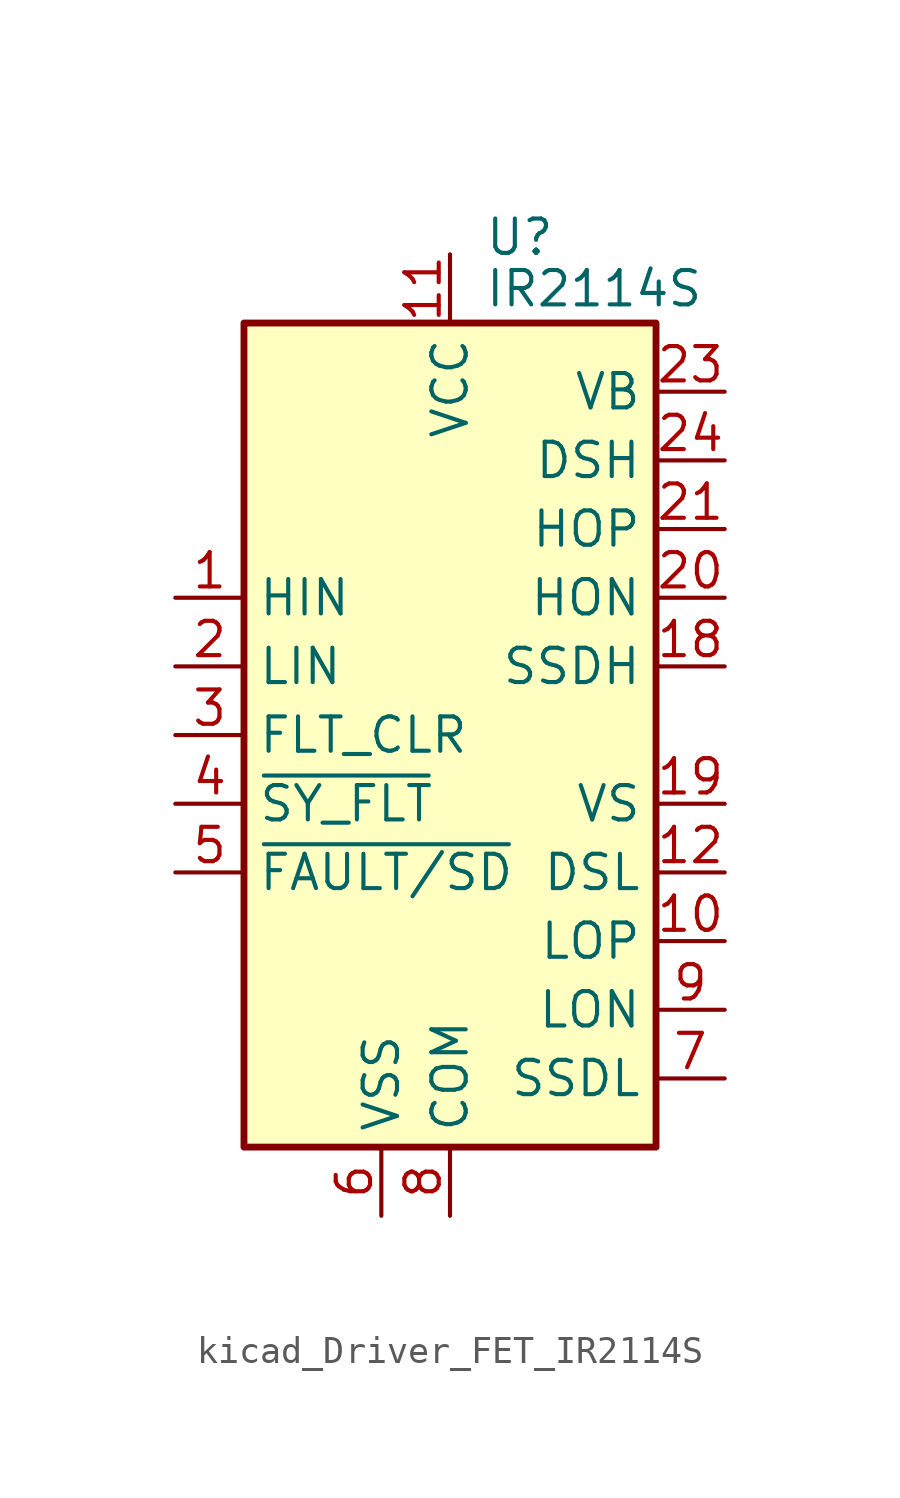
<source format=kicad_sym>
(kicad_symbol_lib
  (version 20220914)
  (generator kicad_symbol_editor)
  (symbol "kicad_Driver_FET_IR2114S"
    (property "Reference" "U"
      (at 1.27 18.415 0)
      (effects (font (size 1.27 1.27)) (justify left)))
    (property "Value" "IR2114S"
      (at 1.27 16.51 0)
      (effects (font (size 1.27 1.27)) (justify left)))
    (symbol "kicad_Driver_FET_IR2114S_0_1"
      (rectangle (start -7.62 -15.24) (end 7.62 15.24) (stroke (width 0.254) (type default)) (fill (type background))))
    (symbol "kicad_Driver_FET_IR2114S_1_1"
      (pin input line (at -10.16 5.08 0) (length 2.54) (name "HIN" (effects (font (size 1.27 1.27)))) (number "1" (effects (font (size 1.27 1.27)))))
      (pin output line (at 10.16 -7.62 180) (length 2.54) (name "LOP" (effects (font (size 1.27 1.27)))) (number "10" (effects (font (size 1.27 1.27)))))
      (pin power_in line (at 0 17.78 270) (length 2.54) (name "VCC" (effects (font (size 1.27 1.27)))) (number "11" (effects (font (size 1.27 1.27)))))
      (pin input line (at 10.16 -5.08 180) (length 2.54) (name "DSL" (effects (font (size 1.27 1.27)))) (number "12" (effects (font (size 1.27 1.27)))))
      (pin no_connect line (at -7.62 12.7 0) (length 2.54) hide (name "NC" (effects (font (size 1.27 1.27)))) (number "13" (effects (font (size 1.27 1.27)))))
      (pin no_connect line (at -7.62 10.16 0) (length 2.54) hide (name "NC" (effects (font (size 1.27 1.27)))) (number "14" (effects (font (size 1.27 1.27)))))
      (pin no_connect line (at -7.62 7.62 0) (length 2.54) hide (name "NC" (effects (font (size 1.27 1.27)))) (number "15" (effects (font (size 1.27 1.27)))))
      (pin no_connect line (at -7.62 -7.62 0) (length 2.54) hide (name "NC" (effects (font (size 1.27 1.27)))) (number "16" (effects (font (size 1.27 1.27)))))
      (pin no_connect line (at -7.62 -10.16 0) (length 2.54) hide (name "NC" (effects (font (size 1.27 1.27)))) (number "17" (effects (font (size 1.27 1.27)))))
      (pin input line (at 10.16 2.54 180) (length 2.54) (name "SSDH" (effects (font (size 1.27 1.27)))) (number "18" (effects (font (size 1.27 1.27)))))
      (pin passive line (at 10.16 -2.54 180) (length 2.54) (name "VS" (effects (font (size 1.27 1.27)))) (number "19" (effects (font (size 1.27 1.27)))))
      (pin input line (at -10.16 2.54 0) (length 2.54) (name "LIN" (effects (font (size 1.27 1.27)))) (number "2" (effects (font (size 1.27 1.27)))))
      (pin output line (at 10.16 5.08 180) (length 2.54) (name "HON" (effects (font (size 1.27 1.27)))) (number "20" (effects (font (size 1.27 1.27)))))
      (pin output line (at 10.16 7.62 180) (length 2.54) (name "HOP" (effects (font (size 1.27 1.27)))) (number "21" (effects (font (size 1.27 1.27)))))
      (pin no_connect line (at -7.62 -12.7 0) (length 2.54) hide (name "NC" (effects (font (size 1.27 1.27)))) (number "22" (effects (font (size 1.27 1.27)))))
      (pin passive line (at 10.16 12.7 180) (length 2.54) (name "VB" (effects (font (size 1.27 1.27)))) (number "23" (effects (font (size 1.27 1.27)))))
      (pin input line (at 10.16 10.16 180) (length 2.54) (name "DSH" (effects (font (size 1.27 1.27)))) (number "24" (effects (font (size 1.27 1.27)))))
      (pin input line (at -10.16 0 0) (length 2.54) (name "FLT_CLR" (effects (font (size 1.27 1.27)))) (number "3" (effects (font (size 1.27 1.27)))))
      (pin bidirectional line (at -10.16 -2.54 0) (length 2.54) (name "~{SY_FLT}" (effects (font (size 1.27 1.27)))) (number "4" (effects (font (size 1.27 1.27)))))
      (pin bidirectional line (at -10.16 -5.08 0) (length 2.54) (name "~{FAULT/SD}" (effects (font (size 1.27 1.27)))) (number "5" (effects (font (size 1.27 1.27)))))
      (pin power_in line (at -2.54 -17.78 90) (length 2.54) (name "VSS" (effects (font (size 1.27 1.27)))) (number "6" (effects (font (size 1.27 1.27)))))
      (pin input line (at 10.16 -12.7 180) (length 2.54) (name "SSDL" (effects (font (size 1.27 1.27)))) (number "7" (effects (font (size 1.27 1.27)))))
      (pin power_in line (at 0 -17.78 90) (length 2.54) (name "COM" (effects (font (size 1.27 1.27)))) (number "8" (effects (font (size 1.27 1.27)))))
      (pin output line (at 10.16 -10.16 180) (length 2.54) (name "LON" (effects (font (size 1.27 1.27)))) (number "9" (effects (font (size 1.27 1.27))))))))
</source>
